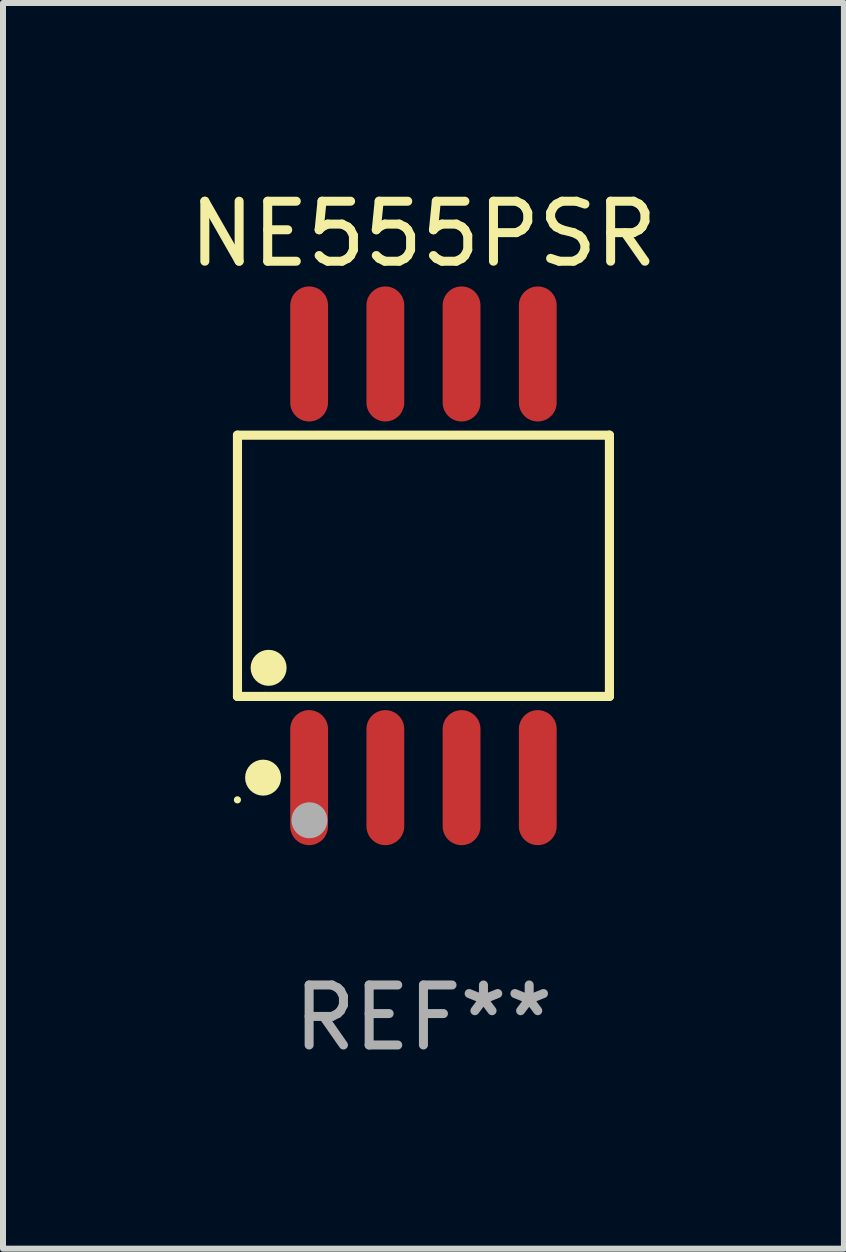
<source format=kicad_pcb>
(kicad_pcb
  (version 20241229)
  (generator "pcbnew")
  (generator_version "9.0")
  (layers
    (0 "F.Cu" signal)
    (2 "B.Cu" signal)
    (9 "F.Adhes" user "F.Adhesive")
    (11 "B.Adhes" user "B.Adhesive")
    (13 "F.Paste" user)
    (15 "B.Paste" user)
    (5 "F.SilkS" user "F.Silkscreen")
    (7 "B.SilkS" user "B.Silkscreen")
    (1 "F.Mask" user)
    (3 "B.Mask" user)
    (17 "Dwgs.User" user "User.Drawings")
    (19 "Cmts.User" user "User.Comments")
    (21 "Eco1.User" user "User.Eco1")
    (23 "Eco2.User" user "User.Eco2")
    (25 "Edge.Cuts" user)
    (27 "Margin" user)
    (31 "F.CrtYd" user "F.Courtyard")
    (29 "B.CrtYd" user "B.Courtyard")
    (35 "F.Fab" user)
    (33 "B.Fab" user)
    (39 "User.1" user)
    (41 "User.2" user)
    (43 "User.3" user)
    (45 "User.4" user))
  (footprint "NE555PSR"
    (layer "F.Cu")
    (at 4.006 6.378)
    (property "Reference" "NE555PSR" (at 0 -5.53 0) (layer "F.SilkS") (effects (font (size 1 1) (thickness 0.15))))
    (attr through_hole)
    (fp_line (start -3.099 -2.177) (end 3.099 -2.177) (stroke (width 0.152) (type solid)) (layer "F.SilkS"))
    (fp_line (start -3.099 2.177) (end -3.099 -2.177) (stroke (width 0.152) (type solid)) (layer "F.SilkS"))
    (fp_line (start -2.639 2.177) (end -3.099 2.177) (stroke (width 0.152) (type solid)) (layer "F.SilkS"))
    (fp_line (start 3.099 -2.177) (end 3.099 2.177) (stroke (width 0.152) (type solid)) (layer "F.SilkS"))
    (fp_line (start 3.099 2.177) (end -2.639 2.177) (stroke (width 0.152) (type solid)) (layer "F.SilkS"))
    (fp_circle (center -3.1 3.9) (end -3.07 3.9) (stroke (width 0.06) (type solid)) (fill no) (layer "F.SilkS"))
    (fp_circle (center -2.672 3.53) (end -2.522 3.53) (stroke (width 0.3) (type solid)) (fill no) (layer "F.SilkS"))
    (fp_circle (center -2.58 1.7) (end -2.43 1.7) (stroke (width 0.3) (type solid)) (fill no) (layer "F.SilkS"))
    (fp_circle (center -1.9 4.24) (end -1.75 4.24) (stroke (width 0.3) (type solid)) (fill no) (layer "F.Fab"))
    (fp_text user "REF**" (at 0 7.53 0) (layer "F.Fab") (effects (font (size 1 1) (thickness 0.15))))
    (pad "1" smd oval (at -1.905 3.53) (size 0.63 2.25) (layers "F.Cu" "F.Mask" "F.Paste"))
    (pad "2" smd oval (at -0.635 3.53) (size 0.63 2.25) (layers "F.Cu" "F.Mask" "F.Paste"))
    (pad "3" smd oval (at 0.635 3.53) (size 0.63 2.25) (layers "F.Cu" "F.Mask" "F.Paste"))
    (pad "4" smd oval (at 1.905 3.53) (size 0.63 2.25) (layers "F.Cu" "F.Mask" "F.Paste"))
    (pad "5" smd oval (at 1.905 -3.53) (size 0.63 2.25) (layers "F.Cu" "F.Mask" "F.Paste"))
    (pad "6" smd oval (at 0.635 -3.53) (size 0.63 2.25) (layers "F.Cu" "F.Mask" "F.Paste"))
    (pad "7" smd oval (at -0.635 -3.53) (size 0.63 2.25) (layers "F.Cu" "F.Mask" "F.Paste"))
    (pad "8" smd oval (at -1.905 -3.53) (size 0.63 2.25) (layers "F.Cu" "F.Mask" "F.Paste")))
  (gr_rect
    (start -3 -3)
    (end 11.012 17.757)
    (stroke (width 0.1) (type default))
    (fill no)
    (layer "Edge.Cuts")))
</source>
